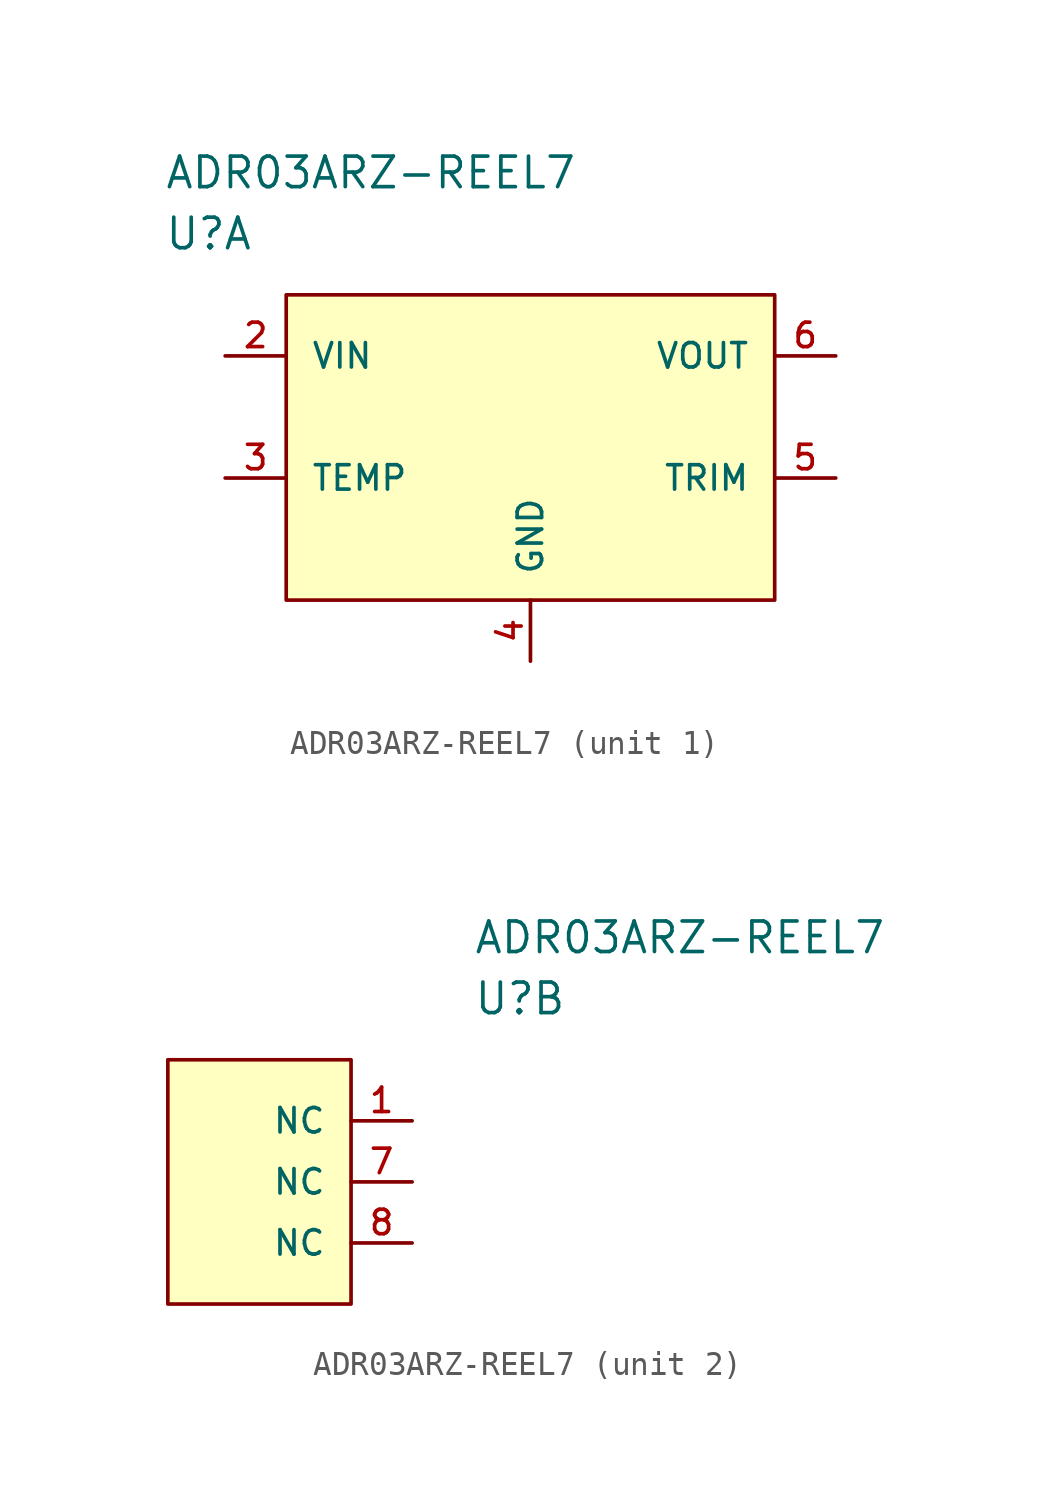
<source format=kicad_sym>
(kicad_symbol_lib
  (version 20211014)
  (generator kicad_symbol_editor)
  (symbol "ADR03ARZ-REEL7"
    (pin_names
      (offset 1.016))
    (property "Reference" "U"
      (at 0 5.08 0)
      (effects (font (size 1.27 1.27)) (justify left)))
    (property "Value" "ADR03ARZ-REEL7"
      (at 0 7.62 0)
      (effects (font (size 1.27 1.27)) (justify left)))
    (property "ki_locked" ""
      (at 0 0 0)
      (effects (font (size 1.27 1.27))))
    (symbol "ADR03ARZ-REEL7_1_1"
      (rectangle (start 5.08 2.54) (end 25.4 -10.16) (stroke (width 0) (type default) (color 0 0 0 0)) (fill (type background)))
      (pin power_in line (at 2.54 0 0) (length 2.54) (name "VIN" (effects (font (size 1.016 1.016)))) (number "2" (effects (font (size 1.016 1.016)))))
      (pin output line (at 2.54 -5.08 0) (length 2.54) (name "TEMP" (effects (font (size 1.016 1.016)))) (number "3" (effects (font (size 1.016 1.016)))))
      (pin power_in line (at 15.24 -12.7 90) (length 2.54) (name "GND" (effects (font (size 1.016 1.016)))) (number "4" (effects (font (size 1.016 1.016)))))
      (pin input line (at 27.94 -5.08 180) (length 2.54) (name "TRIM" (effects (font (size 1.016 1.016)))) (number "5" (effects (font (size 1.016 1.016)))))
      (pin power_in line (at 27.94 0 180) (length 2.54) (name "VOUT" (effects (font (size 1.016 1.016)))) (number "6" (effects (font (size 1.016 1.016))))))
    (symbol "ADR03ARZ-REEL7_2_1"
      (rectangle (start -12.7 2.54) (end -5.08 -7.62) (stroke (width 0) (type default) (color 0 0 0 0)) (fill (type background)))
      (pin passive line (at -2.54 0 180) (length 2.54) (name "NC" (effects (font (size 1.016 1.016)))) (number "1" (effects (font (size 1.016 1.016)))))
      (pin passive line (at -2.54 -2.54 180) (length 2.54) (name "NC" (effects (font (size 1.016 1.016)))) (number "7" (effects (font (size 1.016 1.016)))))
      (pin passive line (at -2.54 -5.08 180) (length 2.54) (name "NC" (effects (font (size 1.016 1.016)))) (number "8" (effects (font (size 1.016 1.016))))))))
</source>
